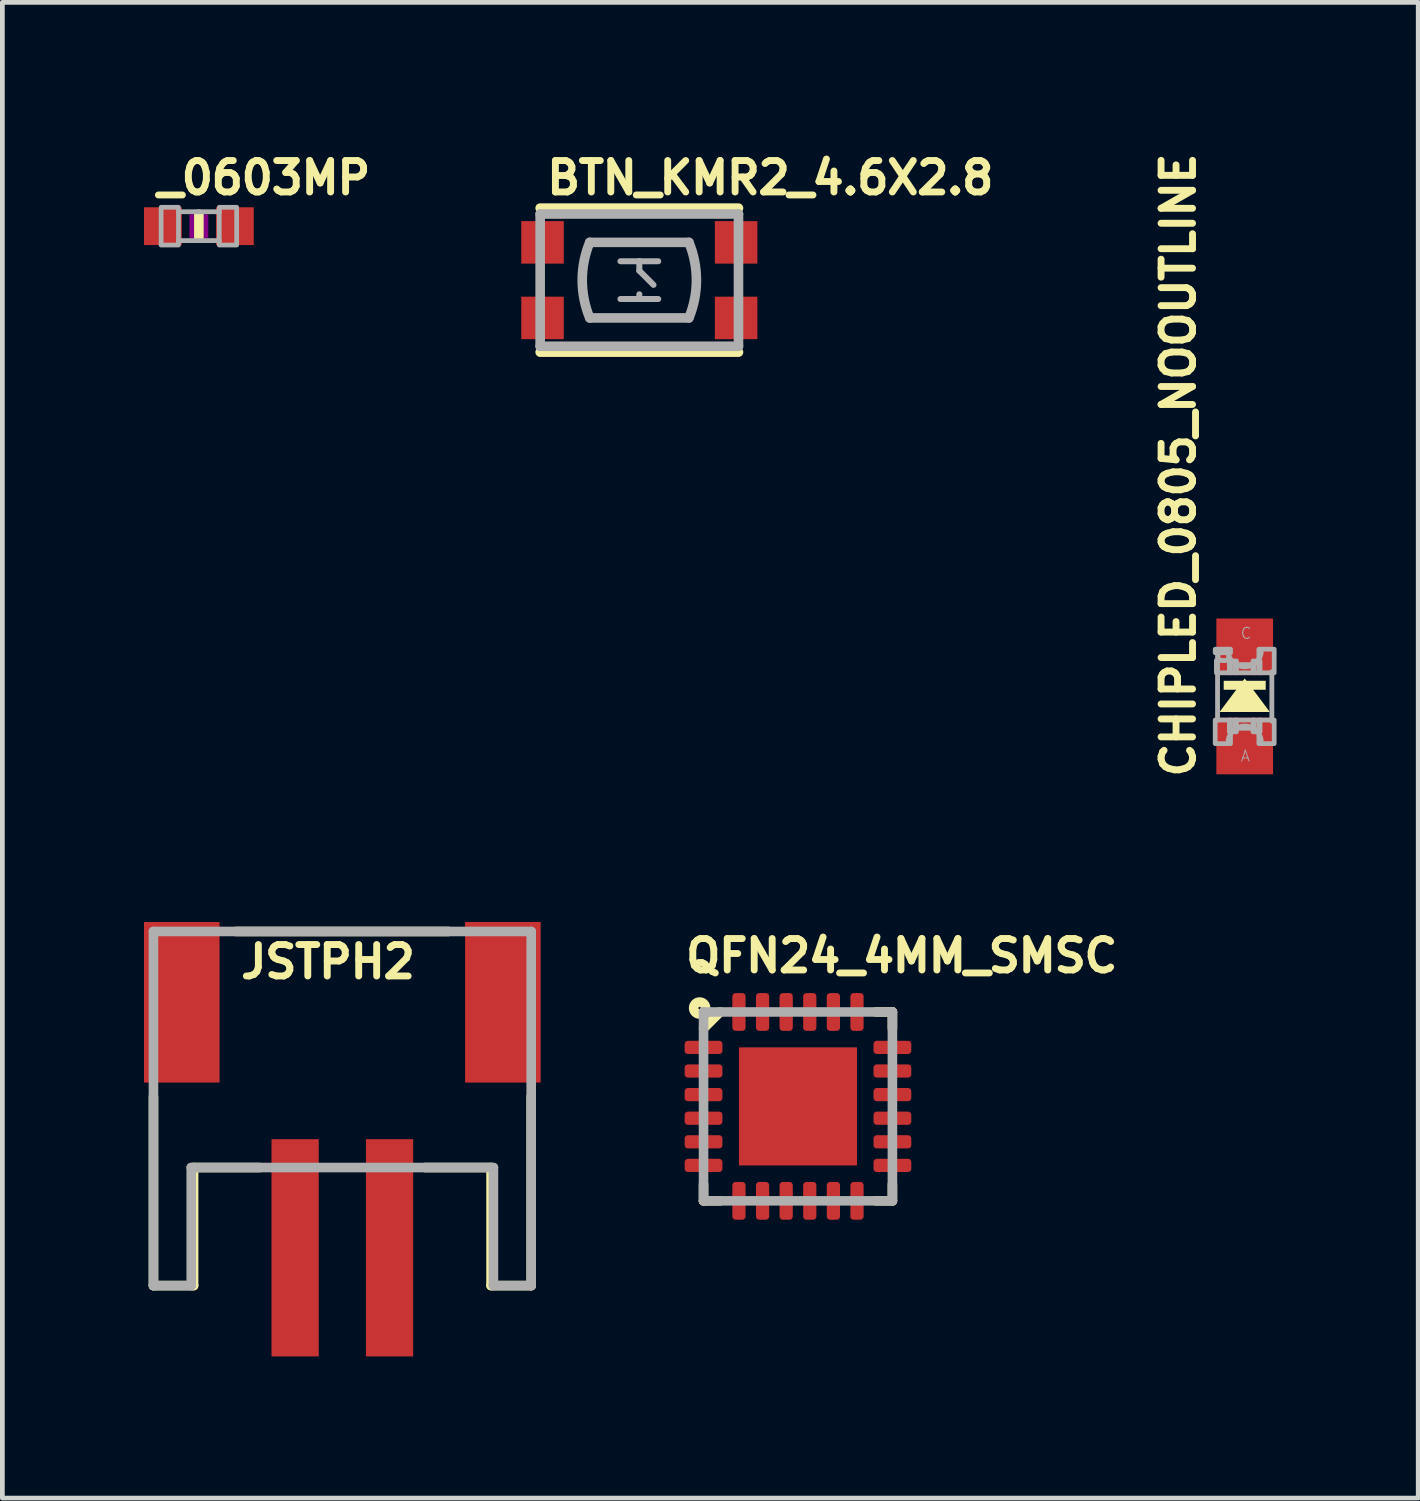
<source format=kicad_pcb>
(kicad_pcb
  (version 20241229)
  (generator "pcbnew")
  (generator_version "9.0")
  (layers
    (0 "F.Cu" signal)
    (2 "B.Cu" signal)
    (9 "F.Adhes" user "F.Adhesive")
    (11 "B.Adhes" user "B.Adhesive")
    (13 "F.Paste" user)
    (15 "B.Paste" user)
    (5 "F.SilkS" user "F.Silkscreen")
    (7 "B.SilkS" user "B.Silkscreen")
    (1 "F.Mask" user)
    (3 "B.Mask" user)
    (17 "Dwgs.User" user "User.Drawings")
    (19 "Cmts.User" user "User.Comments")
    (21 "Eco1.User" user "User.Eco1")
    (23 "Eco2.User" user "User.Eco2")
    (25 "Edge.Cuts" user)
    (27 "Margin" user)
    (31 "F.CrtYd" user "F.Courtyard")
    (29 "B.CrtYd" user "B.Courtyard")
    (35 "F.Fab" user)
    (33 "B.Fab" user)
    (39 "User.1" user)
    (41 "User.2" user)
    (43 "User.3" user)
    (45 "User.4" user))
  (footprint "_0603MP"
    (layer "F.Cu")
    (at 1.162 1.74)
    (property "Reference" "_0603MP" (at -0.953 -0.635 0) (unlocked yes) (layer "F.SilkS") (effects (font (size 0.666 0.666) (thickness 0.146)) (justify left bottom)))
    (fp_line (start 0 -0.254) (end 0 0.254) (stroke (width 0.203) (type solid)) (layer "F.SilkS"))
    (fp_poly (pts (xy -0.2 0.25) (xy 0.2 0.25) (xy 0.2 -0.25) (xy -0.2 -0.25)) (stroke (width 0) (type default)) (fill yes) (layer "F.Adhes"))
    (fp_line (start -0.432 0.306) (end 0.432 0.306) (stroke (width 0.102) (type solid)) (layer "F.Fab"))
    (fp_line (start 0.432 -0.306) (end -0.432 -0.306) (stroke (width 0.102) (type solid)) (layer "F.Fab"))
    (fp_poly (pts (xy -0.8 0.4) (xy -0.432 0.4) (xy -0.432 -0.4) (xy -0.8 -0.4)) (stroke (width 0.1) (type default)) (fill no) (layer "F.Fab"))
    (fp_poly (pts (xy 0.432 0.4) (xy 0.8 0.4) (xy 0.8 -0.4) (xy 0.432 -0.4)) (stroke (width 0.1) (type default)) (fill no) (layer "F.Fab"))
    (pad "1" smd rect (at -0.762 0) (size 0.8 0.8) (layers "F.Cu" "F.Mask" "F.Paste"))
    (pad "2" smd rect (at 0.762 0) (size 0.8 0.8) (layers "F.Cu" "F.Mask" "F.Paste")))
  (footprint "CHIPLED_0805_NOOUTLINE"
    (layer "F.Cu")
    (at 23.311 11.699)
    (property "Reference" "CHIPLED_0805_NOOUTLINE" (at -1.016 1.778 90) (unlocked yes) (layer "F.SilkS") (effects (font (size 0.666 0.666) (thickness 0.146)) (justify left bottom)))
    (fp_poly (pts (xy 0.533 0.33) (xy -0.533 0.33) (xy 0 -0.381)) (stroke (width 0) (type default)) (fill yes) (layer "F.SilkS"))
    (fp_poly (pts (xy -0.445 -0.141) (xy 0.445 -0.141) (xy 0.445 -0.331) (xy -0.445 -0.331)) (stroke (width 0) (type default)) (fill yes) (layer "F.SilkS"))
    (fp_line (start -0.575 0.5) (end -0.575 -0.925) (stroke (width 0.102) (type solid)) (layer "F.Fab"))
    (fp_line (start 0.575 -0.525) (end 0.575 0.525) (stroke (width 0.102) (type solid)) (layer "F.Fab"))
    (fp_arc (start -0.35 0.925) (mid -0.000001 0.625027) (end 0.35 0.924998) (stroke (width 0.1016) (type solid)) (layer "F.Fab"))
    (fp_arc (start 0.35 -0.924998) (mid -0.000001 -0.625027) (end -0.35 -0.925) (stroke (width 0.1016) (type solid)) (layer "F.Fab"))
    (fp_circle (center -0.45 -0.85) (end -0.347 -0.85) (stroke (width 0.076) (type solid)) (fill no) (layer "F.Fab"))
    (fp_poly (pts (xy -0.625 -0.925) (xy -0.3 -0.925) (xy -0.3 -1) (xy -0.625 -1)) (stroke (width 0.1) (type default)) (fill no) (layer "F.Fab"))
    (fp_poly (pts (xy -0.625 1) (xy -0.3 1) (xy -0.3 0.5) (xy -0.625 0.5)) (stroke (width 0.1) (type default)) (fill no) (layer "F.Fab"))
    (fp_poly (pts (xy -0.6 -0.5) (xy -0.3 -0.5) (xy -0.3 -0.762) (xy -0.6 -0.762)) (stroke (width 0.1) (type default)) (fill no) (layer "F.Fab"))
    (fp_poly (pts (xy -0.325 -0.5) (xy -0.175 -0.5) (xy -0.175 -0.75) (xy -0.325 -0.75)) (stroke (width 0.1) (type default)) (fill no) (layer "F.Fab"))
    (fp_poly (pts (xy -0.325 0.75) (xy -0.175 0.75) (xy -0.175 0.5) (xy -0.325 0.5)) (stroke (width 0.1) (type default)) (fill no) (layer "F.Fab"))
    (fp_poly (pts (xy -0.2 -0.5) (xy 0.2 -0.5) (xy 0.2 -0.675) (xy -0.2 -0.675)) (stroke (width 0.1) (type default)) (fill no) (layer "F.Fab"))
    (fp_poly (pts (xy -0.2 0.675) (xy 0.2 0.675) (xy 0.2 0.5) (xy -0.2 0.5)) (stroke (width 0.1) (type default)) (fill no) (layer "F.Fab"))
    (fp_poly (pts (xy 0.175 -0.5) (xy 0.325 -0.5) (xy 0.325 -0.75) (xy 0.175 -0.75)) (stroke (width 0.1) (type default)) (fill no) (layer "F.Fab"))
    (fp_poly (pts (xy 0.175 0.75) (xy 0.325 0.75) (xy 0.325 0.5) (xy 0.175 0.5)) (stroke (width 0.1) (type default)) (fill no) (layer "F.Fab"))
    (fp_poly (pts (xy 0.3 -0.5) (xy 0.625 -0.5) (xy 0.625 -1) (xy 0.3 -1)) (stroke (width 0.1) (type default)) (fill no) (layer "F.Fab"))
    (fp_poly (pts (xy 0.3 1) (xy 0.625 1) (xy 0.625 0.5) (xy 0.3 0.5)) (stroke (width 0.1) (type default)) (fill no) (layer "F.Fab"))
    (fp_text user "A" (at -0.1 1.4 0) (unlocked yes) (layer "F.Fab") (effects (font (size 0.234 0.234) (thickness 0.02)) (justify left bottom)))
    (fp_text user "C" (at -0.1 -1.2 0) (unlocked yes) (layer "F.Fab") (effects (font (size 0.234 0.234) (thickness 0.02)) (justify left bottom)))
    (pad "A" smd rect (at 0 1.05) (size 1.2 1.2) (layers "F.Cu" "F.Mask" "F.Paste"))
    (pad "C" smd rect (at 0 -1.05) (size 1.2 1.2) (layers "F.Cu" "F.Mask" "F.Paste")))
  (footprint "JSTPH2"
    (layer "F.Cu")
    (at 4.2 19.677)
    (property "Reference" "JSTPH2" (at -2.223 -1.968 0) (unlocked yes) (layer "F.SilkS") (effects (font (size 0.666 0.666) (thickness 0.146)) (justify left bottom)))
    (fp_line (start -4 4.5) (end -4 0.5) (stroke (width 0.203) (type solid)) (layer "F.SilkS"))
    (fp_line (start -3.15 2) (end -3.15 4.5) (stroke (width 0.203) (type solid)) (layer "F.SilkS"))
    (fp_line (start -3.15 4.5) (end -4 4.5) (stroke (width 0.203) (type solid)) (layer "F.SilkS"))
    (fp_line (start -2.25 -3) (end 2.25 -3) (stroke (width 0.203) (type solid)) (layer "F.SilkS"))
    (fp_line (start -1.75 2) (end -3.15 2) (stroke (width 0.203) (type solid)) (layer "F.SilkS"))
    (fp_line (start 3.15 2) (end 1.75 2) (stroke (width 0.203) (type solid)) (layer "F.SilkS"))
    (fp_line (start 3.15 4.5) (end 3.15 2) (stroke (width 0.203) (type solid)) (layer "F.SilkS"))
    (fp_line (start 4 0.5) (end 4 4.5) (stroke (width 0.203) (type solid)) (layer "F.SilkS"))
    (fp_line (start 4 4.5) (end 3.15 4.5) (stroke (width 0.203) (type solid)) (layer "F.SilkS"))
    (fp_line (start -4 -3) (end 4 -3) (stroke (width 0.203) (type solid)) (layer "F.Fab"))
    (fp_line (start -4 4.5) (end -4 -3) (stroke (width 0.203) (type solid)) (layer "F.Fab"))
    (fp_line (start -3.2 2) (end -3.2 4.5) (stroke (width 0.203) (type solid)) (layer "F.Fab"))
    (fp_line (start -3.2 4.5) (end -4 4.5) (stroke (width 0.203) (type solid)) (layer "F.Fab"))
    (fp_line (start 3.2 2) (end -3.2 2) (stroke (width 0.203) (type solid)) (layer "F.Fab"))
    (fp_line (start 3.2 4.5) (end 3.2 2) (stroke (width 0.203) (type solid)) (layer "F.Fab"))
    (fp_line (start 4 -3) (end 4 4.5) (stroke (width 0.203) (type solid)) (layer "F.Fab"))
    (fp_line (start 4 4.5) (end 3.2 4.5) (stroke (width 0.203) (type solid)) (layer "F.Fab"))
    (pad "1" smd rect (at -1 3.7) (size 1 4.6) (layers "F.Cu" "F.Mask" "F.Paste"))
    (pad "2" smd rect (at 1 3.7) (size 1 4.6) (layers "F.Cu" "F.Mask" "F.Paste"))
    (pad "NC1" smd rect (at -3.4 -1.5 90) (size 3.4 1.6) (layers "F.Cu" "F.Mask" "F.Paste"))
    (pad "NC2" smd rect (at 3.4 -1.5 90) (size 3.4 1.6) (layers "F.Cu" "F.Mask" "F.Paste")))
  (footprint "BTN_KMR2_4.6X2.8"
    (layer "F.Cu")
    (at 10.49 2.883)
    (property "Reference" "BTN_KMR2_4.6X2.8" (at -2.032 -1.778 0) (unlocked yes) (layer "F.SilkS") (effects (font (size 0.666 0.666) (thickness 0.146)) (justify left bottom)))
    (fp_line (start -2.1 -1.525) (end 2.1 -1.525) (stroke (width 0.203) (type solid)) (layer "F.SilkS"))
    (fp_line (start 2.1 1.525) (end -2.1 1.525) (stroke (width 0.203) (type solid)) (layer "F.SilkS"))
    (fp_line (start -2.1 -1.4) (end 2.1 -1.4) (stroke (width 0.203) (type solid)) (layer "F.Fab"))
    (fp_line (start -2.1 1.4) (end -2.1 -1.4) (stroke (width 0.203) (type solid)) (layer "F.Fab"))
    (fp_line (start -1.05 -0.8) (end 1.05 -0.8) (stroke (width 0.203) (type solid)) (layer "F.Fab"))
    (fp_line (start -0.4 -0.4) (end 0 -0.4) (stroke (width 0.127) (type solid)) (layer "F.Fab"))
    (fp_line (start -0.4 0.4) (end 0 0.4) (stroke (width 0.127) (type solid)) (layer "F.Fab"))
    (fp_line (start 0 -0.4) (end 0 -0.2) (stroke (width 0.127) (type solid)) (layer "F.Fab"))
    (fp_line (start 0 -0.4) (end 0.4 -0.4) (stroke (width 0.127) (type solid)) (layer "F.Fab"))
    (fp_line (start 0 -0.2) (end 0.3 0.1) (stroke (width 0.127) (type solid)) (layer "F.Fab"))
    (fp_line (start 0 0.4) (end 0 0.3) (stroke (width 0.127) (type solid)) (layer "F.Fab"))
    (fp_line (start 0 0.4) (end 0.4 0.4) (stroke (width 0.127) (type solid)) (layer "F.Fab"))
    (fp_line (start 1.05 0.8) (end -1.05 0.8) (stroke (width 0.203) (type solid)) (layer "F.Fab"))
    (fp_line (start 2.1 -1.4) (end 2.1 1.4) (stroke (width 0.203) (type solid)) (layer "F.Fab"))
    (fp_line (start 2.1 1.4) (end -2.1 1.4) (stroke (width 0.203) (type solid)) (layer "F.Fab"))
    (fp_arc (start -1.05 0.8) (mid -1.209128 0) (end -1.05 -0.799999) (stroke (width 0.2032) (type solid)) (layer "F.Fab"))
    (fp_arc (start 1.05 -0.8) (mid 1.209128 0) (end 1.05 0.799999) (stroke (width 0.2032) (type solid)) (layer "F.Fab"))
    (pad "A" smd rect (at 2.05 -0.8) (size 0.9 0.9) (layers "F.Cu" "F.Mask" "F.Paste"))
    (pad "A'" smd rect (at -2.05 -0.8) (size 0.9 0.9) (layers "F.Cu" "F.Mask" "F.Paste"))
    (pad "B" smd rect (at 2.05 0.8) (size 0.9 0.9) (layers "F.Cu" "F.Mask" "F.Paste"))
    (pad "B'" smd rect (at -2.05 0.8) (size 0.9 0.9) (layers "F.Cu" "F.Mask" "F.Paste")))
  (footprint "QFN24_4MM_SMSC"
    (layer "F.Cu")
    (at 13.85 20.382)
    (property "Reference" "QFN24_4MM_SMSC" (at -2.45 -2.8 0) (unlocked yes) (layer "F.SilkS") (effects (font (size 0.666 0.666) (thickness 0.146)) (justify left bottom)))
    (fp_line (start -2 2) (end -2 1.65) (stroke (width 0.203) (type solid)) (layer "F.SilkS"))
    (fp_line (start -1.65 -2) (end -2 -1.65) (stroke (width 0.203) (type solid)) (layer "F.SilkS"))
    (fp_line (start -1.65 2) (end -2 2) (stroke (width 0.203) (type solid)) (layer "F.SilkS"))
    (fp_line (start 1.65 2) (end 2 2) (stroke (width 0.203) (type solid)) (layer "F.SilkS"))
    (fp_line (start 2 -2) (end 1.65 -2) (stroke (width 0.203) (type solid)) (layer "F.SilkS"))
    (fp_line (start 2 -1.65) (end 2 -2) (stroke (width 0.203) (type solid)) (layer "F.SilkS"))
    (fp_line (start 2 1.65) (end 2 2) (stroke (width 0.203) (type solid)) (layer "F.SilkS"))
    (fp_circle (center -2.083 -2.083) (end -1.956 -2.083) (stroke (width 0.203) (type solid)) (fill no) (layer "F.SilkS"))
    (fp_poly (pts (xy -1.2 -0.6) (xy -0.6 -0.6) (xy -0.6 -1.2) (xy -1.2 -1.2)) (stroke (width 0) (type default)) (fill yes) (layer "F.Paste"))
    (fp_poly (pts (xy -1.2 0.3) (xy -0.6 0.3) (xy -0.6 -0.3) (xy -1.2 -0.3)) (stroke (width 0) (type default)) (fill yes) (layer "F.Paste"))
    (fp_poly (pts (xy -1.2 1.2) (xy -0.6 1.2) (xy -0.6 0.6) (xy -1.2 0.6)) (stroke (width 0) (type default)) (fill yes) (layer "F.Paste"))
    (fp_poly (pts (xy -0.3 -0.6) (xy 0.3 -0.6) (xy 0.3 -1.2) (xy -0.3 -1.2)) (stroke (width 0) (type default)) (fill yes) (layer "F.Paste"))
    (fp_poly (pts (xy -0.3 0.3) (xy 0.3 0.3) (xy 0.3 -0.3) (xy -0.3 -0.3)) (stroke (width 0) (type default)) (fill yes) (layer "F.Paste"))
    (fp_poly (pts (xy -0.3 1.2) (xy 0.3 1.2) (xy 0.3 0.6) (xy -0.3 0.6)) (stroke (width 0) (type default)) (fill yes) (layer "F.Paste"))
    (fp_poly (pts (xy 0.6 -0.6) (xy 1.2 -0.6) (xy 1.2 -1.2) (xy 0.6 -1.2)) (stroke (width 0) (type default)) (fill yes) (layer "F.Paste"))
    (fp_poly (pts (xy 0.6 0.3) (xy 1.2 0.3) (xy 1.2 -0.3) (xy 0.6 -0.3)) (stroke (width 0) (type default)) (fill yes) (layer "F.Paste"))
    (fp_poly (pts (xy 0.6 1.2) (xy 1.2 1.2) (xy 1.2 0.6) (xy 0.6 0.6)) (stroke (width 0) (type default)) (fill yes) (layer "F.Paste"))
    (fp_line (start -2 -2) (end -2 2) (stroke (width 0.203) (type solid)) (layer "F.Fab"))
    (fp_line (start -2 2) (end 2 2) (stroke (width 0.203) (type solid)) (layer "F.Fab"))
    (fp_line (start 2 -2) (end -2 -2) (stroke (width 0.203) (type solid)) (layer "F.Fab"))
    (fp_line (start 2 2) (end 2 -2) (stroke (width 0.203) (type solid)) (layer "F.Fab"))
    (pad "1" smd roundrect (at -2 -1.25 180) (size 0.8 0.28) (layers "F.Cu" "F.Mask" "F.Paste") (roundrect_rratio 0.25))
    (pad "2" smd roundrect (at -2 -0.75 180) (size 0.8 0.28) (layers "F.Cu" "F.Mask" "F.Paste") (roundrect_rratio 0.25))
    (pad "3" smd roundrect (at -2 -0.25 180) (size 0.8 0.28) (layers "F.Cu" "F.Mask" "F.Paste") (roundrect_rratio 0.25))
    (pad "4" smd roundrect (at -2 0.25 180) (size 0.8 0.28) (layers "F.Cu" "F.Mask" "F.Paste") (roundrect_rratio 0.25))
    (pad "5" smd roundrect (at -2 0.75 180) (size 0.8 0.28) (layers "F.Cu" "F.Mask" "F.Paste") (roundrect_rratio 0.25))
    (pad "6" smd roundrect (at -2 1.25 180) (size 0.8 0.28) (layers "F.Cu" "F.Mask" "F.Paste") (roundrect_rratio 0.25))
    (pad "7" smd roundrect (at -1.25 2 90) (size 0.8 0.28) (layers "F.Cu" "F.Mask" "F.Paste") (roundrect_rratio 0.25))
    (pad "8" smd roundrect (at -0.75 2 90) (size 0.8 0.28) (layers "F.Cu" "F.Mask" "F.Paste") (roundrect_rratio 0.25))
    (pad "9" smd roundrect (at -0.25 2 90) (size 0.8 0.28) (layers "F.Cu" "F.Mask" "F.Paste") (roundrect_rratio 0.25))
    (pad "10" smd roundrect (at 0.25 2 90) (size 0.8 0.28) (layers "F.Cu" "F.Mask" "F.Paste") (roundrect_rratio 0.25))
    (pad "11" smd roundrect (at 0.75 2 90) (size 0.8 0.28) (layers "F.Cu" "F.Mask" "F.Paste") (roundrect_rratio 0.25))
    (pad "12" smd roundrect (at 1.25 2 90) (size 0.8 0.28) (layers "F.Cu" "F.Mask" "F.Paste") (roundrect_rratio 0.25))
    (pad "13" smd roundrect (at 2 1.25) (size 0.8 0.28) (layers "F.Cu" "F.Mask" "F.Paste") (roundrect_rratio 0.25))
    (pad "14" smd roundrect (at 2 0.75) (size 0.8 0.28) (layers "F.Cu" "F.Mask" "F.Paste") (roundrect_rratio 0.25))
    (pad "15" smd roundrect (at 2 0.25) (size 0.8 0.28) (layers "F.Cu" "F.Mask" "F.Paste") (roundrect_rratio 0.25))
    (pad "16" smd roundrect (at 2 -0.25) (size 0.8 0.28) (layers "F.Cu" "F.Mask" "F.Paste") (roundrect_rratio 0.25))
    (pad "17" smd roundrect (at 2 -0.75) (size 0.8 0.28) (layers "F.Cu" "F.Mask" "F.Paste") (roundrect_rratio 0.25))
    (pad "18" smd roundrect (at 2 -1.25) (size 0.8 0.28) (layers "F.Cu" "F.Mask" "F.Paste") (roundrect_rratio 0.25))
    (pad "19" smd roundrect (at 1.25 -2 270) (size 0.8 0.28) (layers "F.Cu" "F.Mask" "F.Paste") (roundrect_rratio 0.25))
    (pad "20" smd roundrect (at 0.75 -2 270) (size 0.8 0.28) (layers "F.Cu" "F.Mask" "F.Paste") (roundrect_rratio 0.25))
    (pad "21" smd roundrect (at 0.25 -2 270) (size 0.8 0.28) (layers "F.Cu" "F.Mask" "F.Paste") (roundrect_rratio 0.25))
    (pad "22" smd roundrect (at -0.25 -2 270) (size 0.8 0.28) (layers "F.Cu" "F.Mask" "F.Paste") (roundrect_rratio 0.25))
    (pad "23" smd roundrect (at -0.75 -2 270) (size 0.8 0.28) (layers "F.Cu" "F.Mask" "F.Paste") (roundrect_rratio 0.25))
    (pad "24" smd roundrect (at -1.25 -2 270) (size 0.8 0.28) (layers "F.Cu" "F.Mask" "F.Paste") (roundrect_rratio 0.25))
    (pad "THERM" smd rect (at 0 0) (size 2.5 2.5) (layers "F.Cu" "F.Mask")))
  (gr_rect
    (start -3 -3)
    (end 26.986 28.677)
    (stroke (width 0.1) (type default))
    (fill no)
    (layer "Edge.Cuts")))
</source>
